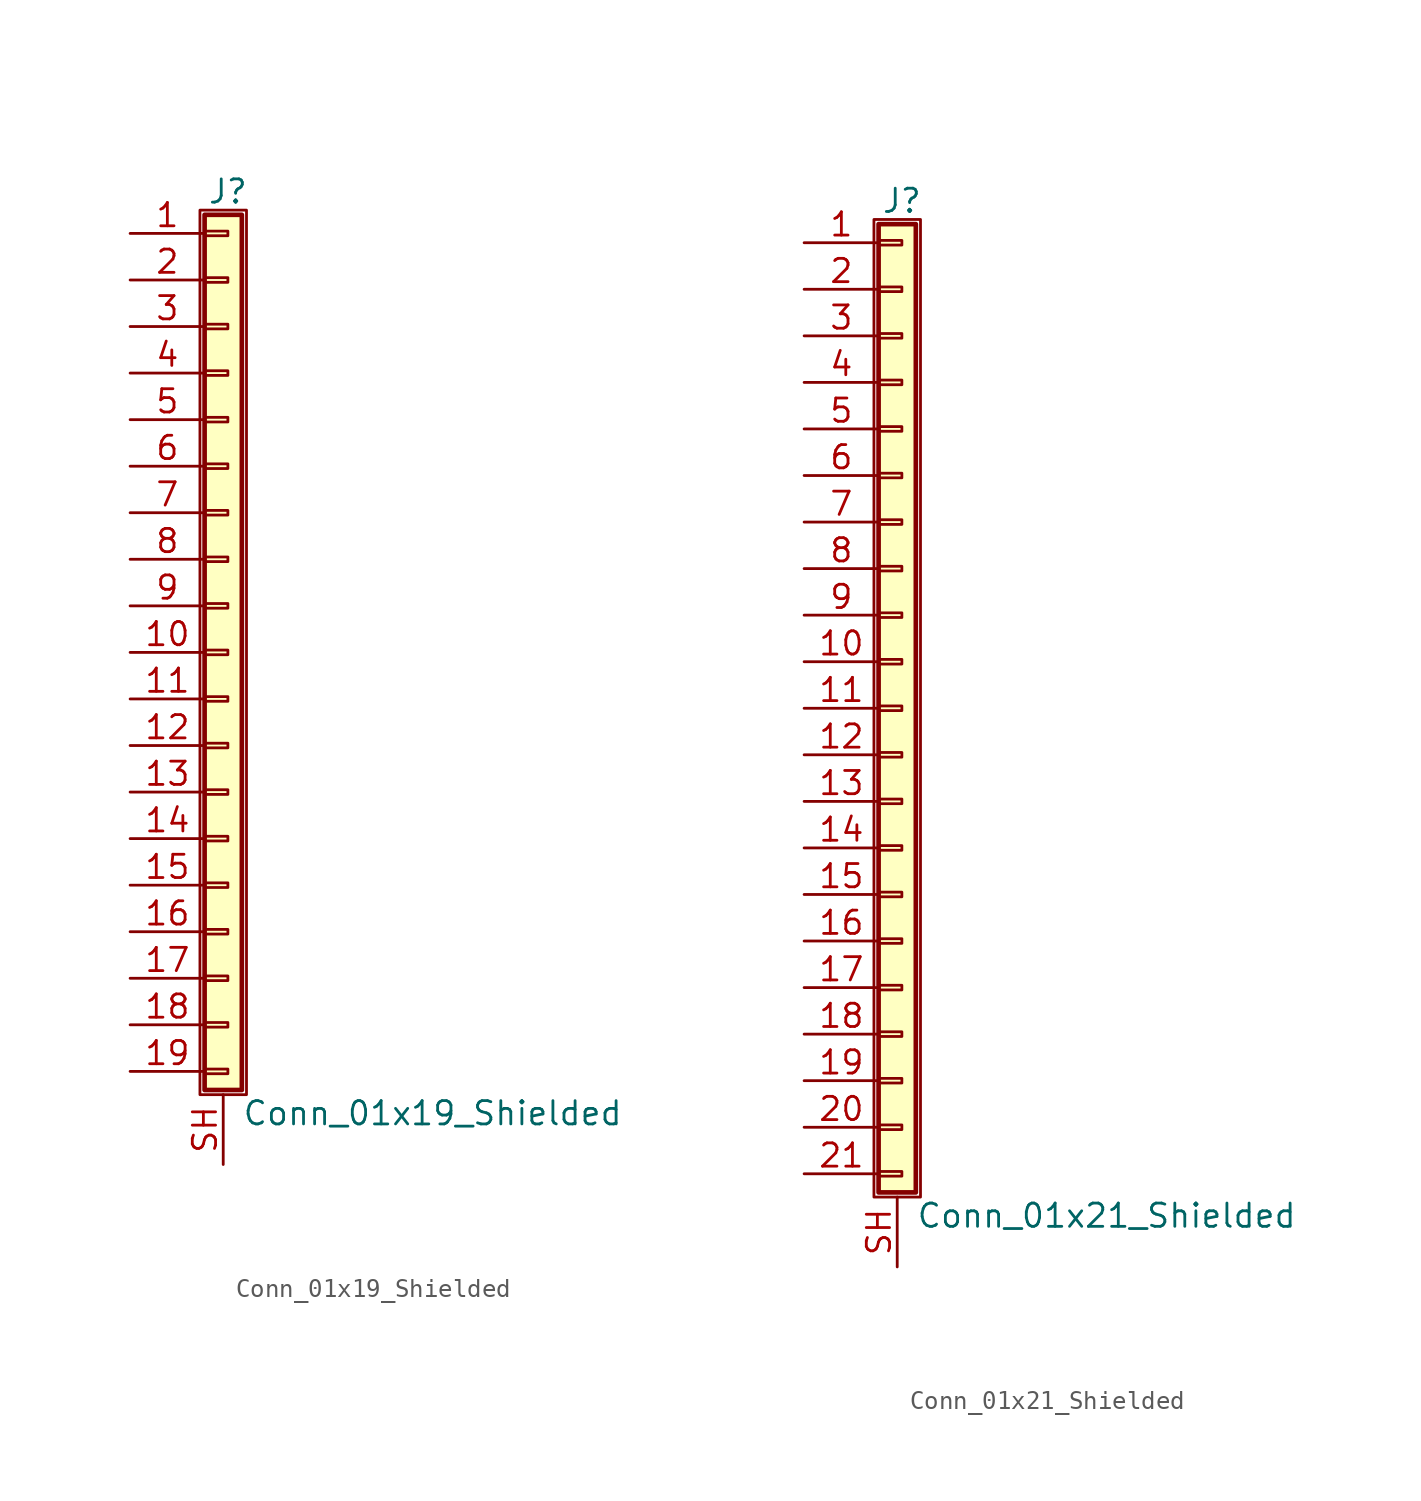
<source format=kicad_sym>
(kicad_symbol_lib
  (version 20211014)
  (generator kicad_symbol_editor)
  (symbol "Conn_01x19_Shielded"
    (pin_names
      (offset 1.016) hide)
    (property "Reference" "J"
      (at 0.254 25.146 0)
      (effects (font (size 1.27 1.27))))
    (property "Value" "Conn_01x19_Shielded"
      (at 1.016 -25.146 0)
      (effects (font (size 1.27 1.27)) (justify left)))
    (symbol "Conn_01x19_Shielded_1_1"
      (rectangle (start -1.27 24.13) (end 1.27 -24.13) (stroke (width 0.152) (type default) (color 0 0 0 0)) (fill (type none)))
      (rectangle (start -1.016 -22.733) (end 0.254 -22.987) (stroke (width 0.152) (type default) (color 0 0 0 0)) (fill (type none)))
      (rectangle (start -1.016 -20.193) (end 0.254 -20.447) (stroke (width 0.152) (type default) (color 0 0 0 0)) (fill (type none)))
      (rectangle (start -1.016 -17.653) (end 0.254 -17.907) (stroke (width 0.152) (type default) (color 0 0 0 0)) (fill (type none)))
      (rectangle (start -1.016 -15.113) (end 0.254 -15.367) (stroke (width 0.152) (type default) (color 0 0 0 0)) (fill (type none)))
      (rectangle (start -1.016 -12.573) (end 0.254 -12.827) (stroke (width 0.152) (type default) (color 0 0 0 0)) (fill (type none)))
      (rectangle (start -1.016 -10.033) (end 0.254 -10.287) (stroke (width 0.152) (type default) (color 0 0 0 0)) (fill (type none)))
      (rectangle (start -1.016 -7.493) (end 0.254 -7.747) (stroke (width 0.152) (type default) (color 0 0 0 0)) (fill (type none)))
      (rectangle (start -1.016 -4.953) (end 0.254 -5.207) (stroke (width 0.152) (type default) (color 0 0 0 0)) (fill (type none)))
      (rectangle (start -1.016 -2.413) (end 0.254 -2.667) (stroke (width 0.152) (type default) (color 0 0 0 0)) (fill (type none)))
      (rectangle (start -1.016 0.127) (end 0.254 -0.127) (stroke (width 0.152) (type default) (color 0 0 0 0)) (fill (type none)))
      (rectangle (start -1.016 2.667) (end 0.254 2.413) (stroke (width 0.152) (type default) (color 0 0 0 0)) (fill (type none)))
      (rectangle (start -1.016 5.207) (end 0.254 4.953) (stroke (width 0.152) (type default) (color 0 0 0 0)) (fill (type none)))
      (rectangle (start -1.016 7.747) (end 0.254 7.493) (stroke (width 0.152) (type default) (color 0 0 0 0)) (fill (type none)))
      (rectangle (start -1.016 10.287) (end 0.254 10.033) (stroke (width 0.152) (type default) (color 0 0 0 0)) (fill (type none)))
      (rectangle (start -1.016 12.827) (end 0.254 12.573) (stroke (width 0.152) (type default) (color 0 0 0 0)) (fill (type none)))
      (rectangle (start -1.016 15.367) (end 0.254 15.113) (stroke (width 0.152) (type default) (color 0 0 0 0)) (fill (type none)))
      (rectangle (start -1.016 17.907) (end 0.254 17.653) (stroke (width 0.152) (type default) (color 0 0 0 0)) (fill (type none)))
      (rectangle (start -1.016 20.447) (end 0.254 20.193) (stroke (width 0.152) (type default) (color 0 0 0 0)) (fill (type none)))
      (rectangle (start -1.016 22.987) (end 0.254 22.733) (stroke (width 0.152) (type default) (color 0 0 0 0)) (fill (type none)))
      (rectangle (start -1.016 23.876) (end 1.016 -23.876) (stroke (width 0.254) (type default) (color 0 0 0 0)) (fill (type background)))
      (pin passive line (at -5.08 22.86 0) (length 4.064) (name "Pin_1" (effects (font (size 1.27 1.27)))) (number "1" (effects (font (size 1.27 1.27)))))
      (pin passive line (at -5.08 0 0) (length 4.064) (name "Pin_10" (effects (font (size 1.27 1.27)))) (number "10" (effects (font (size 1.27 1.27)))))
      (pin passive line (at -5.08 -2.54 0) (length 4.064) (name "Pin_11" (effects (font (size 1.27 1.27)))) (number "11" (effects (font (size 1.27 1.27)))))
      (pin passive line (at -5.08 -5.08 0) (length 4.064) (name "Pin_12" (effects (font (size 1.27 1.27)))) (number "12" (effects (font (size 1.27 1.27)))))
      (pin passive line (at -5.08 -7.62 0) (length 4.064) (name "Pin_13" (effects (font (size 1.27 1.27)))) (number "13" (effects (font (size 1.27 1.27)))))
      (pin passive line (at -5.08 -10.16 0) (length 4.064) (name "Pin_14" (effects (font (size 1.27 1.27)))) (number "14" (effects (font (size 1.27 1.27)))))
      (pin passive line (at -5.08 -12.7 0) (length 4.064) (name "Pin_15" (effects (font (size 1.27 1.27)))) (number "15" (effects (font (size 1.27 1.27)))))
      (pin passive line (at -5.08 -15.24 0) (length 4.064) (name "Pin_16" (effects (font (size 1.27 1.27)))) (number "16" (effects (font (size 1.27 1.27)))))
      (pin passive line (at -5.08 -17.78 0) (length 4.064) (name "Pin_17" (effects (font (size 1.27 1.27)))) (number "17" (effects (font (size 1.27 1.27)))))
      (pin passive line (at -5.08 -20.32 0) (length 4.064) (name "Pin_18" (effects (font (size 1.27 1.27)))) (number "18" (effects (font (size 1.27 1.27)))))
      (pin passive line (at -5.08 -22.86 0) (length 4.064) (name "Pin_19" (effects (font (size 1.27 1.27)))) (number "19" (effects (font (size 1.27 1.27)))))
      (pin passive line (at -5.08 20.32 0) (length 4.064) (name "Pin_2" (effects (font (size 1.27 1.27)))) (number "2" (effects (font (size 1.27 1.27)))))
      (pin passive line (at -5.08 17.78 0) (length 4.064) (name "Pin_3" (effects (font (size 1.27 1.27)))) (number "3" (effects (font (size 1.27 1.27)))))
      (pin passive line (at -5.08 15.24 0) (length 4.064) (name "Pin_4" (effects (font (size 1.27 1.27)))) (number "4" (effects (font (size 1.27 1.27)))))
      (pin passive line (at -5.08 12.7 0) (length 4.064) (name "Pin_5" (effects (font (size 1.27 1.27)))) (number "5" (effects (font (size 1.27 1.27)))))
      (pin passive line (at -5.08 10.16 0) (length 4.064) (name "Pin_6" (effects (font (size 1.27 1.27)))) (number "6" (effects (font (size 1.27 1.27)))))
      (pin passive line (at -5.08 7.62 0) (length 4.064) (name "Pin_7" (effects (font (size 1.27 1.27)))) (number "7" (effects (font (size 1.27 1.27)))))
      (pin passive line (at -5.08 5.08 0) (length 4.064) (name "Pin_8" (effects (font (size 1.27 1.27)))) (number "8" (effects (font (size 1.27 1.27)))))
      (pin passive line (at -5.08 2.54 0) (length 4.064) (name "Pin_9" (effects (font (size 1.27 1.27)))) (number "9" (effects (font (size 1.27 1.27)))))
      (pin passive line (at 0 -27.94 90) (length 3.81) (name "Shield" (effects (font (size 1.27 1.27)))) (number "SH" (effects (font (size 1.27 1.27)))))))
  (symbol "Conn_01x21_Shielded"
    (pin_names
      (offset 1.016) hide)
    (property "Reference" "J"
      (at 0.254 27.686 0)
      (effects (font (size 1.27 1.27))))
    (property "Value" "Conn_01x21_Shielded"
      (at 1.016 -27.686 0)
      (effects (font (size 1.27 1.27)) (justify left)))
    (symbol "Conn_01x21_Shielded_1_1"
      (rectangle (start -1.27 26.67) (end 1.27 -26.67) (stroke (width 0.152) (type default) (color 0 0 0 0)) (fill (type none)))
      (rectangle (start -1.016 -25.273) (end 0.254 -25.527) (stroke (width 0.152) (type default) (color 0 0 0 0)) (fill (type none)))
      (rectangle (start -1.016 -22.733) (end 0.254 -22.987) (stroke (width 0.152) (type default) (color 0 0 0 0)) (fill (type none)))
      (rectangle (start -1.016 -20.193) (end 0.254 -20.447) (stroke (width 0.152) (type default) (color 0 0 0 0)) (fill (type none)))
      (rectangle (start -1.016 -17.653) (end 0.254 -17.907) (stroke (width 0.152) (type default) (color 0 0 0 0)) (fill (type none)))
      (rectangle (start -1.016 -15.113) (end 0.254 -15.367) (stroke (width 0.152) (type default) (color 0 0 0 0)) (fill (type none)))
      (rectangle (start -1.016 -12.573) (end 0.254 -12.827) (stroke (width 0.152) (type default) (color 0 0 0 0)) (fill (type none)))
      (rectangle (start -1.016 -10.033) (end 0.254 -10.287) (stroke (width 0.152) (type default) (color 0 0 0 0)) (fill (type none)))
      (rectangle (start -1.016 -7.493) (end 0.254 -7.747) (stroke (width 0.152) (type default) (color 0 0 0 0)) (fill (type none)))
      (rectangle (start -1.016 -4.953) (end 0.254 -5.207) (stroke (width 0.152) (type default) (color 0 0 0 0)) (fill (type none)))
      (rectangle (start -1.016 -2.413) (end 0.254 -2.667) (stroke (width 0.152) (type default) (color 0 0 0 0)) (fill (type none)))
      (rectangle (start -1.016 0.127) (end 0.254 -0.127) (stroke (width 0.152) (type default) (color 0 0 0 0)) (fill (type none)))
      (rectangle (start -1.016 2.667) (end 0.254 2.413) (stroke (width 0.152) (type default) (color 0 0 0 0)) (fill (type none)))
      (rectangle (start -1.016 5.207) (end 0.254 4.953) (stroke (width 0.152) (type default) (color 0 0 0 0)) (fill (type none)))
      (rectangle (start -1.016 7.747) (end 0.254 7.493) (stroke (width 0.152) (type default) (color 0 0 0 0)) (fill (type none)))
      (rectangle (start -1.016 10.287) (end 0.254 10.033) (stroke (width 0.152) (type default) (color 0 0 0 0)) (fill (type none)))
      (rectangle (start -1.016 12.827) (end 0.254 12.573) (stroke (width 0.152) (type default) (color 0 0 0 0)) (fill (type none)))
      (rectangle (start -1.016 15.367) (end 0.254 15.113) (stroke (width 0.152) (type default) (color 0 0 0 0)) (fill (type none)))
      (rectangle (start -1.016 17.907) (end 0.254 17.653) (stroke (width 0.152) (type default) (color 0 0 0 0)) (fill (type none)))
      (rectangle (start -1.016 20.447) (end 0.254 20.193) (stroke (width 0.152) (type default) (color 0 0 0 0)) (fill (type none)))
      (rectangle (start -1.016 22.987) (end 0.254 22.733) (stroke (width 0.152) (type default) (color 0 0 0 0)) (fill (type none)))
      (rectangle (start -1.016 25.527) (end 0.254 25.273) (stroke (width 0.152) (type default) (color 0 0 0 0)) (fill (type none)))
      (rectangle (start -1.016 26.416) (end 1.016 -26.416) (stroke (width 0.254) (type default) (color 0 0 0 0)) (fill (type background)))
      (pin passive line (at -5.08 25.4 0) (length 4.064) (name "Pin_1" (effects (font (size 1.27 1.27)))) (number "1" (effects (font (size 1.27 1.27)))))
      (pin passive line (at -5.08 2.54 0) (length 4.064) (name "Pin_10" (effects (font (size 1.27 1.27)))) (number "10" (effects (font (size 1.27 1.27)))))
      (pin passive line (at -5.08 0 0) (length 4.064) (name "Pin_11" (effects (font (size 1.27 1.27)))) (number "11" (effects (font (size 1.27 1.27)))))
      (pin passive line (at -5.08 -2.54 0) (length 4.064) (name "Pin_12" (effects (font (size 1.27 1.27)))) (number "12" (effects (font (size 1.27 1.27)))))
      (pin passive line (at -5.08 -5.08 0) (length 4.064) (name "Pin_13" (effects (font (size 1.27 1.27)))) (number "13" (effects (font (size 1.27 1.27)))))
      (pin passive line (at -5.08 -7.62 0) (length 4.064) (name "Pin_14" (effects (font (size 1.27 1.27)))) (number "14" (effects (font (size 1.27 1.27)))))
      (pin passive line (at -5.08 -10.16 0) (length 4.064) (name "Pin_15" (effects (font (size 1.27 1.27)))) (number "15" (effects (font (size 1.27 1.27)))))
      (pin passive line (at -5.08 -12.7 0) (length 4.064) (name "Pin_16" (effects (font (size 1.27 1.27)))) (number "16" (effects (font (size 1.27 1.27)))))
      (pin passive line (at -5.08 -15.24 0) (length 4.064) (name "Pin_17" (effects (font (size 1.27 1.27)))) (number "17" (effects (font (size 1.27 1.27)))))
      (pin passive line (at -5.08 -17.78 0) (length 4.064) (name "Pin_18" (effects (font (size 1.27 1.27)))) (number "18" (effects (font (size 1.27 1.27)))))
      (pin passive line (at -5.08 -20.32 0) (length 4.064) (name "Pin_19" (effects (font (size 1.27 1.27)))) (number "19" (effects (font (size 1.27 1.27)))))
      (pin passive line (at -5.08 22.86 0) (length 4.064) (name "Pin_2" (effects (font (size 1.27 1.27)))) (number "2" (effects (font (size 1.27 1.27)))))
      (pin passive line (at -5.08 -22.86 0) (length 4.064) (name "Pin_20" (effects (font (size 1.27 1.27)))) (number "20" (effects (font (size 1.27 1.27)))))
      (pin passive line (at -5.08 -25.4 0) (length 4.064) (name "Pin_21" (effects (font (size 1.27 1.27)))) (number "21" (effects (font (size 1.27 1.27)))))
      (pin passive line (at -5.08 20.32 0) (length 4.064) (name "Pin_3" (effects (font (size 1.27 1.27)))) (number "3" (effects (font (size 1.27 1.27)))))
      (pin passive line (at -5.08 17.78 0) (length 4.064) (name "Pin_4" (effects (font (size 1.27 1.27)))) (number "4" (effects (font (size 1.27 1.27)))))
      (pin passive line (at -5.08 15.24 0) (length 4.064) (name "Pin_5" (effects (font (size 1.27 1.27)))) (number "5" (effects (font (size 1.27 1.27)))))
      (pin passive line (at -5.08 12.7 0) (length 4.064) (name "Pin_6" (effects (font (size 1.27 1.27)))) (number "6" (effects (font (size 1.27 1.27)))))
      (pin passive line (at -5.08 10.16 0) (length 4.064) (name "Pin_7" (effects (font (size 1.27 1.27)))) (number "7" (effects (font (size 1.27 1.27)))))
      (pin passive line (at -5.08 7.62 0) (length 4.064) (name "Pin_8" (effects (font (size 1.27 1.27)))) (number "8" (effects (font (size 1.27 1.27)))))
      (pin passive line (at -5.08 5.08 0) (length 4.064) (name "Pin_9" (effects (font (size 1.27 1.27)))) (number "9" (effects (font (size 1.27 1.27)))))
      (pin passive line (at 0 -30.48 90) (length 3.81) (name "Shield" (effects (font (size 1.27 1.27)))) (number "SH" (effects (font (size 1.27 1.27))))))))
</source>
